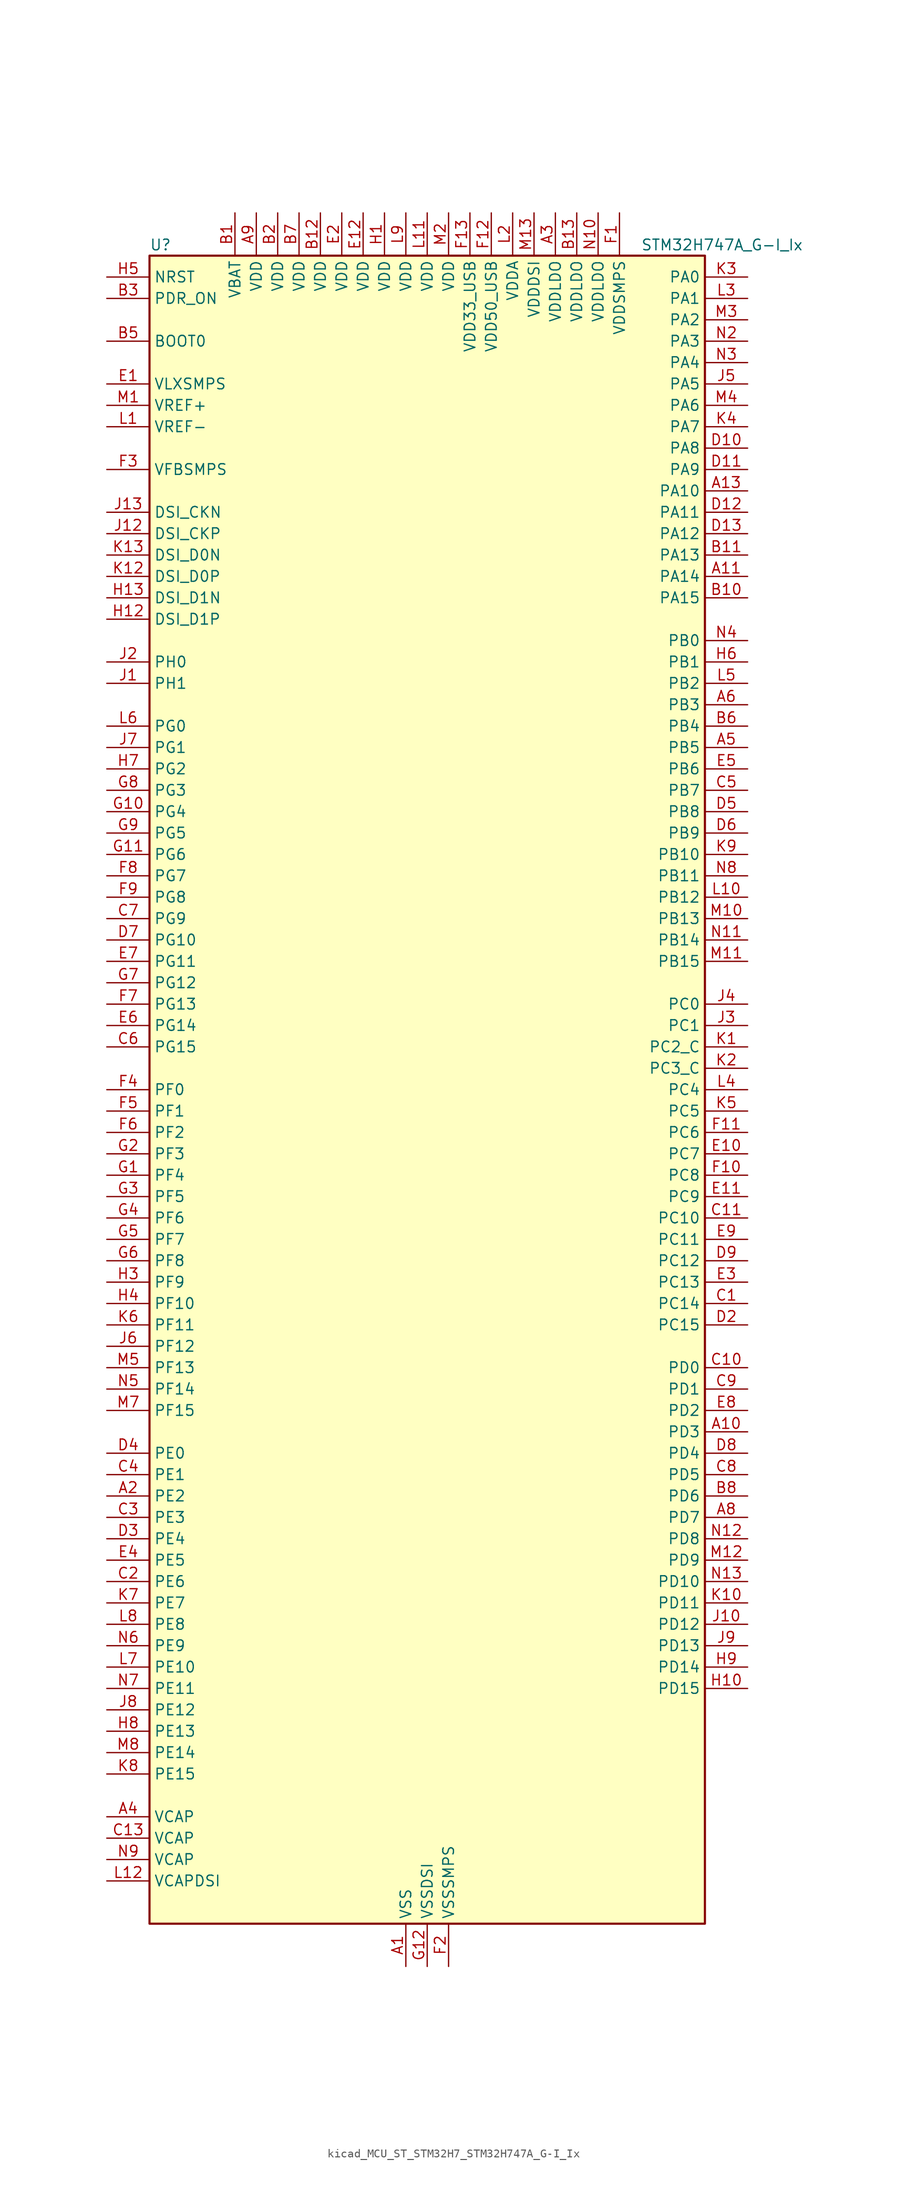
<source format=kicad_sym>
(kicad_symbol_lib
  (version 20220914)
  (generator kicad_symbol_editor)
  (symbol "kicad_MCU_ST_STM32H7_STM32H747A_G-I_Ix"
    (property "Reference" "U"
      (at -33.02 100.33 0)
      (effects (font (size 1.27 1.27)) (justify left)))
    (property "Value" "STM32H747A_G-I_Ix"
      (at 25.4 100.33 0)
      (effects (font (size 1.27 1.27)) (justify left)))
    (property "ki_locked" ""
      (at 0 0 0)
      (effects (font (size 1.27 1.27))))
    (symbol "kicad_MCU_ST_STM32H7_STM32H747A_G-I_Ix_0_1"
      (rectangle (start -33.02 -99.06) (end 33.02 99.06) (stroke (width 0.254) (type default)) (fill (type background))))
    (symbol "kicad_MCU_ST_STM32H7_STM32H747A_G-I_Ix_1_1"
      (pin power_in line (at -2.54 -104.14 90) (length 5.08) (name "VSS" (effects (font (size 1.27 1.27)))) (number "A1" (effects (font (size 1.27 1.27)))))
      (pin bidirectional line (at 38.1 -40.64 180) (length 5.08) (name "PD3" (effects (font (size 1.27 1.27)))) (number "A10" (effects (font (size 1.27 1.27)))) (alternate "DCMI_D5" bidirectional line) (alternate "DFSDM1_CKOUT" bidirectional line) (alternate "FMC_CLK" bidirectional line) (alternate "I2S2_CK" bidirectional line) (alternate "LTDC_G7" bidirectional line) (alternate "SPI2_SCK" bidirectional line) (alternate "USART2_CTS" bidirectional line) (alternate "USART2_NSS" bidirectional line))
      (pin bidirectional line (at 38.1 60.96 180) (length 5.08) (name "PA14" (effects (font (size 1.27 1.27)))) (number "A11" (effects (font (size 1.27 1.27)))) (alternate "DEBUG_JTCK-SWCLK" bidirectional line))
      (pin passive line (at -2.54 -104.14 90) (length 5.08) hide (name "VSS" (effects (font (size 1.27 1.27)))) (number "A12" (effects (font (size 1.27 1.27)))))
      (pin bidirectional line (at 38.1 71.12 180) (length 5.08) (name "PA10" (effects (font (size 1.27 1.27)))) (number "A13" (effects (font (size 1.27 1.27)))) (alternate "DCMI_D1" bidirectional line) (alternate "HRTIM_CHC2" bidirectional line) (alternate "LPUART1_RX" bidirectional line) (alternate "LTDC_B1" bidirectional line) (alternate "LTDC_B4" bidirectional line) (alternate "MDIOS_MDIO" bidirectional line) (alternate "TIM1_CH3" bidirectional line) (alternate "USART1_RX" bidirectional line) (alternate "USB_OTG_FS_ID" bidirectional line))
      (pin bidirectional line (at -38.1 -48.26 0) (length 5.08) (name "PE2" (effects (font (size 1.27 1.27)))) (number "A2" (effects (font (size 1.27 1.27)))) (alternate "DEBUG_TRACECLK" bidirectional line) (alternate "ETH_TXD3" bidirectional line) (alternate "FMC_A23" bidirectional line) (alternate "QUADSPI_BK1_IO2" bidirectional line) (alternate "SAI1_CK1" bidirectional line) (alternate "SAI1_MCLK_A" bidirectional line) (alternate "SAI4_CK1" bidirectional line) (alternate "SAI4_MCLK_A" bidirectional line) (alternate "SPI4_SCK" bidirectional line))
      (pin power_in line (at 15.24 104.14 270) (length 5.08) (name "VDDLDO" (effects (font (size 1.27 1.27)))) (number "A3" (effects (font (size 1.27 1.27)))))
      (pin power_out line (at -38.1 -86.36 0) (length 5.08) (name "VCAP" (effects (font (size 1.27 1.27)))) (number "A4" (effects (font (size 1.27 1.27)))))
      (pin bidirectional line (at 38.1 40.64 180) (length 5.08) (name "PB5" (effects (font (size 1.27 1.27)))) (number "A5" (effects (font (size 1.27 1.27)))) (alternate "DCMI_D10" bidirectional line) (alternate "ETH_PPS_OUT" bidirectional line) (alternate "FDCAN2_RX" bidirectional line) (alternate "FMC_SDCKE1" bidirectional line) (alternate "HRTIM_EEV7" bidirectional line) (alternate "I2C1_SMBA" bidirectional line) (alternate "I2C4_SMBA" bidirectional line) (alternate "I2S1_SDO" bidirectional line) (alternate "I2S3_SDO" bidirectional line) (alternate "SPI1_MOSI" bidirectional line) (alternate "SPI3_MOSI" bidirectional line) (alternate "SPI6_MOSI" bidirectional line) (alternate "TIM17_BKIN" bidirectional line) (alternate "TIM3_CH2" bidirectional line) (alternate "UART5_RX" bidirectional line) (alternate "USB_OTG_HS_ULPI_D7" bidirectional line))
      (pin bidirectional line (at 38.1 45.72 180) (length 5.08) (name "PB3" (effects (font (size 1.27 1.27)))) (number "A6" (effects (font (size 1.27 1.27)))) (alternate "CRS_SYNC" bidirectional line) (alternate "DEBUG_JTDO-SWO" bidirectional line) (alternate "HRTIM_FLT4" bidirectional line) (alternate "I2S1_CK" bidirectional line) (alternate "I2S3_CK" bidirectional line) (alternate "SDMMC2_D2" bidirectional line) (alternate "SPI1_SCK" bidirectional line) (alternate "SPI3_SCK" bidirectional line) (alternate "SPI6_SCK" bidirectional line) (alternate "TIM2_CH2" bidirectional line) (alternate "UART7_RX" bidirectional line))
      (pin passive line (at -2.54 -104.14 90) (length 5.08) hide (name "VSS" (effects (font (size 1.27 1.27)))) (number "A7" (effects (font (size 1.27 1.27)))))
      (pin bidirectional line (at 38.1 -50.8 180) (length 5.08) (name "PD7" (effects (font (size 1.27 1.27)))) (number "A8" (effects (font (size 1.27 1.27)))) (alternate "DFSDM1_CKIN1" bidirectional line) (alternate "DFSDM1_DATIN4" bidirectional line) (alternate "FMC_NE1" bidirectional line) (alternate "I2S1_SDO" bidirectional line) (alternate "SDMMC2_CMD" bidirectional line) (alternate "SPDIFRX1_IN0" bidirectional line) (alternate "SPI1_MOSI" bidirectional line) (alternate "USART2_CK" bidirectional line))
      (pin power_in line (at -20.32 104.14 270) (length 5.08) (name "VDD" (effects (font (size 1.27 1.27)))) (number "A9" (effects (font (size 1.27 1.27)))))
      (pin power_in line (at -22.86 104.14 270) (length 5.08) (name "VBAT" (effects (font (size 1.27 1.27)))) (number "B1" (effects (font (size 1.27 1.27)))))
      (pin bidirectional line (at 38.1 58.42 180) (length 5.08) (name "PA15" (effects (font (size 1.27 1.27)))) (number "B10" (effects (font (size 1.27 1.27)))) (alternate "ADC1_EXTI15" bidirectional line) (alternate "ADC2_EXTI15" bidirectional line) (alternate "ADC3_EXTI15" bidirectional line) (alternate "CEC" bidirectional line) (alternate "DEBUG_JTDI" bidirectional line) (alternate "DSIHOST_TE" bidirectional line) (alternate "HRTIM_FLT1" bidirectional line) (alternate "I2S1_WS" bidirectional line) (alternate "I2S3_WS" bidirectional line) (alternate "SPI1_NSS" bidirectional line) (alternate "SPI3_NSS" bidirectional line) (alternate "SPI6_NSS" bidirectional line) (alternate "TIM2_CH1" bidirectional line) (alternate "TIM2_ETR" bidirectional line) (alternate "UART4_DE" bidirectional line) (alternate "UART4_RTS" bidirectional line) (alternate "UART7_TX" bidirectional line))
      (pin bidirectional line (at 38.1 63.5 180) (length 5.08) (name "PA13" (effects (font (size 1.27 1.27)))) (number "B11" (effects (font (size 1.27 1.27)))) (alternate "DEBUG_JTMS-SWDIO" bidirectional line))
      (pin power_in line (at -12.7 104.14 270) (length 5.08) (name "VDD" (effects (font (size 1.27 1.27)))) (number "B12" (effects (font (size 1.27 1.27)))))
      (pin power_in line (at 17.78 104.14 270) (length 5.08) (name "VDDLDO" (effects (font (size 1.27 1.27)))) (number "B13" (effects (font (size 1.27 1.27)))))
      (pin power_in line (at -17.78 104.14 270) (length 5.08) (name "VDD" (effects (font (size 1.27 1.27)))) (number "B2" (effects (font (size 1.27 1.27)))))
      (pin input line (at -38.1 93.98 0) (length 5.08) (name "PDR_ON" (effects (font (size 1.27 1.27)))) (number "B3" (effects (font (size 1.27 1.27)))))
      (pin passive line (at -2.54 -104.14 90) (length 5.08) hide (name "VSS" (effects (font (size 1.27 1.27)))) (number "B4" (effects (font (size 1.27 1.27)))))
      (pin input line (at -38.1 88.9 0) (length 5.08) (name "BOOT0" (effects (font (size 1.27 1.27)))) (number "B5" (effects (font (size 1.27 1.27)))))
      (pin bidirectional line (at 38.1 43.18 180) (length 5.08) (name "PB4" (effects (font (size 1.27 1.27)))) (number "B6" (effects (font (size 1.27 1.27)))) (alternate "DEBUG_JTRST" bidirectional line) (alternate "HRTIM_EEV6" bidirectional line) (alternate "I2S1_SDI" bidirectional line) (alternate "I2S2_WS" bidirectional line) (alternate "I2S3_SDI" bidirectional line) (alternate "SDMMC2_D3" bidirectional line) (alternate "SPI1_MISO" bidirectional line) (alternate "SPI2_NSS" bidirectional line) (alternate "SPI3_MISO" bidirectional line) (alternate "SPI6_MISO" bidirectional line) (alternate "TIM16_BKIN" bidirectional line) (alternate "TIM3_CH1" bidirectional line) (alternate "UART7_TX" bidirectional line))
      (pin power_in line (at -15.24 104.14 270) (length 5.08) (name "VDD" (effects (font (size 1.27 1.27)))) (number "B7" (effects (font (size 1.27 1.27)))))
      (pin bidirectional line (at 38.1 -48.26 180) (length 5.08) (name "PD6" (effects (font (size 1.27 1.27)))) (number "B8" (effects (font (size 1.27 1.27)))) (alternate "DCMI_D10" bidirectional line) (alternate "DFSDM1_CKIN4" bidirectional line) (alternate "DFSDM1_DATIN1" bidirectional line) (alternate "FMC_NWAIT" bidirectional line) (alternate "I2S3_SDO" bidirectional line) (alternate "LTDC_B2" bidirectional line) (alternate "SAI1_D1" bidirectional line) (alternate "SAI1_SD_A" bidirectional line) (alternate "SAI4_D1" bidirectional line) (alternate "SAI4_SD_A" bidirectional line) (alternate "SDMMC2_CK" bidirectional line) (alternate "SPI3_MOSI" bidirectional line) (alternate "USART2_RX" bidirectional line))
      (pin passive line (at -2.54 -104.14 90) (length 5.08) hide (name "VSS" (effects (font (size 1.27 1.27)))) (number "B9" (effects (font (size 1.27 1.27)))))
      (pin bidirectional line (at 38.1 -25.4 180) (length 5.08) (name "PC14" (effects (font (size 1.27 1.27)))) (number "C1" (effects (font (size 1.27 1.27)))) (alternate "RCC_OSC32_IN" bidirectional line))
      (pin bidirectional line (at 38.1 -33.02 180) (length 5.08) (name "PD0" (effects (font (size 1.27 1.27)))) (number "C10" (effects (font (size 1.27 1.27)))) (alternate "DFSDM1_CKIN6" bidirectional line) (alternate "FDCAN1_RX" bidirectional line) (alternate "FMC_D2" bidirectional line) (alternate "FMC_DA2" bidirectional line) (alternate "SAI3_SCK_A" bidirectional line) (alternate "UART4_RX" bidirectional line))
      (pin bidirectional line (at 38.1 -15.24 180) (length 5.08) (name "PC10" (effects (font (size 1.27 1.27)))) (number "C11" (effects (font (size 1.27 1.27)))) (alternate "DCMI_D8" bidirectional line) (alternate "DFSDM1_CKIN5" bidirectional line) (alternate "HRTIM_EEV1" bidirectional line) (alternate "I2S3_CK" bidirectional line) (alternate "LTDC_R2" bidirectional line) (alternate "QUADSPI_BK1_IO1" bidirectional line) (alternate "SDMMC1_D2" bidirectional line) (alternate "SPI3_SCK" bidirectional line) (alternate "UART4_TX" bidirectional line) (alternate "USART3_TX" bidirectional line))
      (pin passive line (at -2.54 -104.14 90) (length 5.08) hide (name "VSS" (effects (font (size 1.27 1.27)))) (number "C12" (effects (font (size 1.27 1.27)))))
      (pin power_out line (at -38.1 -88.9 0) (length 5.08) (name "VCAP" (effects (font (size 1.27 1.27)))) (number "C13" (effects (font (size 1.27 1.27)))))
      (pin bidirectional line (at -38.1 -58.42 0) (length 5.08) (name "PE6" (effects (font (size 1.27 1.27)))) (number "C2" (effects (font (size 1.27 1.27)))) (alternate "DCMI_D7" bidirectional line) (alternate "DEBUG_TRACED3" bidirectional line) (alternate "FMC_A22" bidirectional line) (alternate "LTDC_G1" bidirectional line) (alternate "SAI1_D1" bidirectional line) (alternate "SAI1_SD_A" bidirectional line) (alternate "SAI2_MCLK_B" bidirectional line) (alternate "SAI4_D1" bidirectional line) (alternate "SAI4_SD_A" bidirectional line) (alternate "SPI4_MOSI" bidirectional line) (alternate "TIM15_CH2" bidirectional line) (alternate "TIM1_BKIN2" bidirectional line) (alternate "TIM1_BKIN2_COMP1" bidirectional line) (alternate "TIM1_BKIN2_COMP2" bidirectional line))
      (pin bidirectional line (at -38.1 -50.8 0) (length 5.08) (name "PE3" (effects (font (size 1.27 1.27)))) (number "C3" (effects (font (size 1.27 1.27)))) (alternate "DEBUG_TRACED0" bidirectional line) (alternate "FMC_A19" bidirectional line) (alternate "SAI1_SD_B" bidirectional line) (alternate "SAI4_SD_B" bidirectional line) (alternate "TIM15_BKIN" bidirectional line))
      (pin bidirectional line (at -38.1 -45.72 0) (length 5.08) (name "PE1" (effects (font (size 1.27 1.27)))) (number "C4" (effects (font (size 1.27 1.27)))) (alternate "DCMI_D3" bidirectional line) (alternate "FMC_NBL1" bidirectional line) (alternate "HRTIM_SCOUT" bidirectional line) (alternate "LPTIM1_IN2" bidirectional line) (alternate "UART8_TX" bidirectional line))
      (pin bidirectional line (at 38.1 35.56 180) (length 5.08) (name "PB7" (effects (font (size 1.27 1.27)))) (number "C5" (effects (font (size 1.27 1.27)))) (alternate "DCMI_VSYNC" bidirectional line) (alternate "DFSDM1_CKIN5" bidirectional line) (alternate "FMC_NL" bidirectional line) (alternate "HRTIM_EEV9" bidirectional line) (alternate "I2C1_SDA" bidirectional line) (alternate "I2C4_SDA" bidirectional line) (alternate "LPUART1_RX" bidirectional line) (alternate "PWR_PVD_IN" bidirectional line) (alternate "TIM17_CH1N" bidirectional line) (alternate "TIM4_CH2" bidirectional line) (alternate "USART1_RX" bidirectional line))
      (pin bidirectional line (at -38.1 5.08 0) (length 5.08) (name "PG15" (effects (font (size 1.27 1.27)))) (number "C6" (effects (font (size 1.27 1.27)))) (alternate "ADC1_EXTI15" bidirectional line) (alternate "ADC2_EXTI15" bidirectional line) (alternate "ADC3_EXTI15" bidirectional line) (alternate "DCMI_D13" bidirectional line) (alternate "FMC_SDNCAS" bidirectional line) (alternate "USART6_CTS" bidirectional line) (alternate "USART6_NSS" bidirectional line))
      (pin bidirectional line (at -38.1 20.32 0) (length 5.08) (name "PG9" (effects (font (size 1.27 1.27)))) (number "C7" (effects (font (size 1.27 1.27)))) (alternate "DAC1_EXTI9" bidirectional line) (alternate "DCMI_VSYNC" bidirectional line) (alternate "FMC_NCE" bidirectional line) (alternate "FMC_NE2" bidirectional line) (alternate "I2S1_SDI" bidirectional line) (alternate "QUADSPI_BK2_IO2" bidirectional line) (alternate "SAI2_FS_B" bidirectional line) (alternate "SPDIFRX1_IN3" bidirectional line) (alternate "SPI1_MISO" bidirectional line) (alternate "USART6_RX" bidirectional line))
      (pin bidirectional line (at 38.1 -45.72 180) (length 5.08) (name "PD5" (effects (font (size 1.27 1.27)))) (number "C8" (effects (font (size 1.27 1.27)))) (alternate "FMC_NWE" bidirectional line) (alternate "HRTIM_EEV3" bidirectional line) (alternate "USART2_TX" bidirectional line))
      (pin bidirectional line (at 38.1 -35.56 180) (length 5.08) (name "PD1" (effects (font (size 1.27 1.27)))) (number "C9" (effects (font (size 1.27 1.27)))) (alternate "DFSDM1_DATIN6" bidirectional line) (alternate "FDCAN1_TX" bidirectional line) (alternate "FMC_D3" bidirectional line) (alternate "FMC_DA3" bidirectional line) (alternate "SAI3_SD_A" bidirectional line) (alternate "UART4_TX" bidirectional line))
      (pin passive line (at -2.54 -104.14 90) (length 5.08) hide (name "VSS" (effects (font (size 1.27 1.27)))) (number "D1" (effects (font (size 1.27 1.27)))))
      (pin bidirectional line (at 38.1 76.2 180) (length 5.08) (name "PA8" (effects (font (size 1.27 1.27)))) (number "D10" (effects (font (size 1.27 1.27)))) (alternate "HRTIM_CHB2" bidirectional line) (alternate "I2C3_SCL" bidirectional line) (alternate "LTDC_B3" bidirectional line) (alternate "LTDC_R6" bidirectional line) (alternate "RCC_MCO_1" bidirectional line) (alternate "TIM1_CH1" bidirectional line) (alternate "TIM8_BKIN2" bidirectional line) (alternate "TIM8_BKIN2_COMP1" bidirectional line) (alternate "TIM8_BKIN2_COMP2" bidirectional line) (alternate "UART7_RX" bidirectional line) (alternate "USART1_CK" bidirectional line) (alternate "USB_OTG_FS_SOF" bidirectional line))
      (pin bidirectional line (at 38.1 73.66 180) (length 5.08) (name "PA9" (effects (font (size 1.27 1.27)))) (number "D11" (effects (font (size 1.27 1.27)))) (alternate "DAC1_EXTI9" bidirectional line) (alternate "DCMI_D0" bidirectional line) (alternate "HRTIM_CHC1" bidirectional line) (alternate "I2C3_SMBA" bidirectional line) (alternate "I2S2_CK" bidirectional line) (alternate "LPUART1_TX" bidirectional line) (alternate "LTDC_R5" bidirectional line) (alternate "SPI2_SCK" bidirectional line) (alternate "TIM1_CH2" bidirectional line) (alternate "USART1_TX" bidirectional line) (alternate "USB_OTG_FS_VBUS" bidirectional line))
      (pin bidirectional line (at 38.1 68.58 180) (length 5.08) (name "PA11" (effects (font (size 1.27 1.27)))) (number "D12" (effects (font (size 1.27 1.27)))) (alternate "ADC1_EXTI11" bidirectional line) (alternate "ADC2_EXTI11" bidirectional line) (alternate "ADC3_EXTI11" bidirectional line) (alternate "FDCAN1_RX" bidirectional line) (alternate "HRTIM_CHD1" bidirectional line) (alternate "I2S2_WS" bidirectional line) (alternate "LPUART1_CTS" bidirectional line) (alternate "LTDC_R4" bidirectional line) (alternate "SPI2_NSS" bidirectional line) (alternate "TIM1_CH4" bidirectional line) (alternate "UART4_RX" bidirectional line) (alternate "USART1_CTS" bidirectional line) (alternate "USART1_NSS" bidirectional line) (alternate "USB_OTG_FS_DM" bidirectional line))
      (pin bidirectional line (at 38.1 66.04 180) (length 5.08) (name "PA12" (effects (font (size 1.27 1.27)))) (number "D13" (effects (font (size 1.27 1.27)))) (alternate "FDCAN1_TX" bidirectional line) (alternate "HRTIM_CHD2" bidirectional line) (alternate "I2S2_CK" bidirectional line) (alternate "LPUART1_DE" bidirectional line) (alternate "LPUART1_RTS" bidirectional line) (alternate "LTDC_R5" bidirectional line) (alternate "SAI2_FS_B" bidirectional line) (alternate "SPI2_SCK" bidirectional line) (alternate "TIM1_ETR" bidirectional line) (alternate "UART4_TX" bidirectional line) (alternate "USART1_DE" bidirectional line) (alternate "USART1_RTS" bidirectional line) (alternate "USB_OTG_FS_DP" bidirectional line))
      (pin bidirectional line (at 38.1 -27.94 180) (length 5.08) (name "PC15" (effects (font (size 1.27 1.27)))) (number "D2" (effects (font (size 1.27 1.27)))) (alternate "ADC1_EXTI15" bidirectional line) (alternate "ADC2_EXTI15" bidirectional line) (alternate "ADC3_EXTI15" bidirectional line) (alternate "RCC_OSC32_OUT" bidirectional line))
      (pin bidirectional line (at -38.1 -53.34 0) (length 5.08) (name "PE4" (effects (font (size 1.27 1.27)))) (number "D3" (effects (font (size 1.27 1.27)))) (alternate "DCMI_D4" bidirectional line) (alternate "DEBUG_TRACED1" bidirectional line) (alternate "DFSDM1_DATIN3" bidirectional line) (alternate "FMC_A20" bidirectional line) (alternate "LTDC_B0" bidirectional line) (alternate "SAI1_D2" bidirectional line) (alternate "SAI1_FS_A" bidirectional line) (alternate "SAI4_D2" bidirectional line) (alternate "SAI4_FS_A" bidirectional line) (alternate "SPI4_NSS" bidirectional line) (alternate "TIM15_CH1N" bidirectional line))
      (pin bidirectional line (at -38.1 -43.18 0) (length 5.08) (name "PE0" (effects (font (size 1.27 1.27)))) (number "D4" (effects (font (size 1.27 1.27)))) (alternate "DCMI_D2" bidirectional line) (alternate "FMC_NBL0" bidirectional line) (alternate "HRTIM_SCIN" bidirectional line) (alternate "LPTIM1_ETR" bidirectional line) (alternate "LPTIM2_ETR" bidirectional line) (alternate "SAI2_MCLK_A" bidirectional line) (alternate "TIM4_ETR" bidirectional line) (alternate "UART8_RX" bidirectional line))
      (pin bidirectional line (at 38.1 33.02 180) (length 5.08) (name "PB8" (effects (font (size 1.27 1.27)))) (number "D5" (effects (font (size 1.27 1.27)))) (alternate "DCMI_D6" bidirectional line) (alternate "DFSDM1_CKIN7" bidirectional line) (alternate "ETH_TXD3" bidirectional line) (alternate "FDCAN1_RX" bidirectional line) (alternate "I2C1_SCL" bidirectional line) (alternate "I2C4_SCL" bidirectional line) (alternate "LTDC_B6" bidirectional line) (alternate "SDMMC1_CKIN" bidirectional line) (alternate "SDMMC1_D4" bidirectional line) (alternate "SDMMC2_D4" bidirectional line) (alternate "TIM16_CH1" bidirectional line) (alternate "TIM4_CH3" bidirectional line) (alternate "UART4_RX" bidirectional line))
      (pin bidirectional line (at 38.1 30.48 180) (length 5.08) (name "PB9" (effects (font (size 1.27 1.27)))) (number "D6" (effects (font (size 1.27 1.27)))) (alternate "DAC1_EXTI9" bidirectional line) (alternate "DCMI_D7" bidirectional line) (alternate "DFSDM1_DATIN7" bidirectional line) (alternate "FDCAN1_TX" bidirectional line) (alternate "I2C1_SDA" bidirectional line) (alternate "I2C4_SDA" bidirectional line) (alternate "I2C4_SMBA" bidirectional line) (alternate "I2S2_WS" bidirectional line) (alternate "LTDC_B7" bidirectional line) (alternate "SDMMC1_CDIR" bidirectional line) (alternate "SDMMC1_D5" bidirectional line) (alternate "SDMMC2_D5" bidirectional line) (alternate "SPI2_NSS" bidirectional line) (alternate "TIM17_CH1" bidirectional line) (alternate "TIM4_CH4" bidirectional line) (alternate "UART4_TX" bidirectional line))
      (pin bidirectional line (at -38.1 17.78 0) (length 5.08) (name "PG10" (effects (font (size 1.27 1.27)))) (number "D7" (effects (font (size 1.27 1.27)))) (alternate "DCMI_D2" bidirectional line) (alternate "FMC_NE3" bidirectional line) (alternate "HRTIM_FLT5" bidirectional line) (alternate "I2S1_WS" bidirectional line) (alternate "LTDC_B2" bidirectional line) (alternate "LTDC_G3" bidirectional line) (alternate "SAI2_SD_B" bidirectional line) (alternate "SPI1_NSS" bidirectional line))
      (pin bidirectional line (at 38.1 -43.18 180) (length 5.08) (name "PD4" (effects (font (size 1.27 1.27)))) (number "D8" (effects (font (size 1.27 1.27)))) (alternate "FMC_NOE" bidirectional line) (alternate "HRTIM_FLT3" bidirectional line) (alternate "SAI3_FS_A" bidirectional line) (alternate "USART2_DE" bidirectional line) (alternate "USART2_RTS" bidirectional line))
      (pin bidirectional line (at 38.1 -20.32 180) (length 5.08) (name "PC12" (effects (font (size 1.27 1.27)))) (number "D9" (effects (font (size 1.27 1.27)))) (alternate "DCMI_D9" bidirectional line) (alternate "DEBUG_TRACED3" bidirectional line) (alternate "HRTIM_EEV2" bidirectional line) (alternate "I2S3_SDO" bidirectional line) (alternate "SDMMC1_CK" bidirectional line) (alternate "SPI3_MOSI" bidirectional line) (alternate "UART5_TX" bidirectional line) (alternate "USART3_CK" bidirectional line))
      (pin power_in line (at -38.1 83.82 0) (length 5.08) (name "VLXSMPS" (effects (font (size 1.27 1.27)))) (number "E1" (effects (font (size 1.27 1.27)))))
      (pin bidirectional line (at 38.1 -7.62 180) (length 5.08) (name "PC7" (effects (font (size 1.27 1.27)))) (number "E10" (effects (font (size 1.27 1.27)))) (alternate "DCMI_D1" bidirectional line) (alternate "DEBUG_TRGIO" bidirectional line) (alternate "DFSDM1_DATIN3" bidirectional line) (alternate "FMC_NE1" bidirectional line) (alternate "HRTIM_CHA2" bidirectional line) (alternate "I2S3_MCK" bidirectional line) (alternate "LTDC_G6" bidirectional line) (alternate "SDMMC1_D123DIR" bidirectional line) (alternate "SDMMC1_D7" bidirectional line) (alternate "SDMMC2_D7" bidirectional line) (alternate "SWPMI1_TX" bidirectional line) (alternate "TIM3_CH2" bidirectional line) (alternate "TIM8_CH2" bidirectional line) (alternate "USART6_RX" bidirectional line))
      (pin bidirectional line (at 38.1 -12.7 180) (length 5.08) (name "PC9" (effects (font (size 1.27 1.27)))) (number "E11" (effects (font (size 1.27 1.27)))) (alternate "DAC1_EXTI9" bidirectional line) (alternate "DCMI_D3" bidirectional line) (alternate "I2C3_SDA" bidirectional line) (alternate "I2S_CKIN" bidirectional line) (alternate "LTDC_B2" bidirectional line) (alternate "LTDC_G3" bidirectional line) (alternate "QUADSPI_BK1_IO0" bidirectional line) (alternate "RCC_MCO_2" bidirectional line) (alternate "SDMMC1_D1" bidirectional line) (alternate "SWPMI1_SUSPEND" bidirectional line) (alternate "TIM3_CH4" bidirectional line) (alternate "TIM8_CH4" bidirectional line) (alternate "UART5_CTS" bidirectional line))
      (pin power_in line (at -7.62 104.14 270) (length 5.08) (name "VDD" (effects (font (size 1.27 1.27)))) (number "E12" (effects (font (size 1.27 1.27)))))
      (pin passive line (at -2.54 -104.14 90) (length 5.08) hide (name "VSS" (effects (font (size 1.27 1.27)))) (number "E13" (effects (font (size 1.27 1.27)))))
      (pin power_in line (at -10.16 104.14 270) (length 5.08) (name "VDD" (effects (font (size 1.27 1.27)))) (number "E2" (effects (font (size 1.27 1.27)))))
      (pin bidirectional line (at 38.1 -22.86 180) (length 5.08) (name "PC13" (effects (font (size 1.27 1.27)))) (number "E3" (effects (font (size 1.27 1.27)))) (alternate "PWR_WKUP2" bidirectional line) (alternate "RTC_OUT_ALARM" bidirectional line) (alternate "RTC_OUT_CALIB" bidirectional line) (alternate "RTC_TAMP1" bidirectional line) (alternate "RTC_TS" bidirectional line))
      (pin bidirectional line (at -38.1 -55.88 0) (length 5.08) (name "PE5" (effects (font (size 1.27 1.27)))) (number "E4" (effects (font (size 1.27 1.27)))) (alternate "DCMI_D6" bidirectional line) (alternate "DEBUG_TRACED2" bidirectional line) (alternate "DFSDM1_CKIN3" bidirectional line) (alternate "FMC_A21" bidirectional line) (alternate "LTDC_G0" bidirectional line) (alternate "SAI1_CK2" bidirectional line) (alternate "SAI1_SCK_A" bidirectional line) (alternate "SAI4_CK2" bidirectional line) (alternate "SAI4_SCK_A" bidirectional line) (alternate "SPI4_MISO" bidirectional line) (alternate "TIM15_CH1" bidirectional line))
      (pin bidirectional line (at 38.1 38.1 180) (length 5.08) (name "PB6" (effects (font (size 1.27 1.27)))) (number "E5" (effects (font (size 1.27 1.27)))) (alternate "CEC" bidirectional line) (alternate "DCMI_D5" bidirectional line) (alternate "DFSDM1_DATIN5" bidirectional line) (alternate "FDCAN2_TX" bidirectional line) (alternate "FMC_SDNE1" bidirectional line) (alternate "HRTIM_EEV8" bidirectional line) (alternate "I2C1_SCL" bidirectional line) (alternate "I2C4_SCL" bidirectional line) (alternate "LPUART1_TX" bidirectional line) (alternate "QUADSPI_BK1_NCS" bidirectional line) (alternate "TIM16_CH1N" bidirectional line) (alternate "TIM4_CH1" bidirectional line) (alternate "UART5_TX" bidirectional line) (alternate "USART1_TX" bidirectional line))
      (pin bidirectional line (at -38.1 7.62 0) (length 5.08) (name "PG14" (effects (font (size 1.27 1.27)))) (number "E6" (effects (font (size 1.27 1.27)))) (alternate "DEBUG_TRACED1" bidirectional line) (alternate "ETH_TXD1" bidirectional line) (alternate "FMC_A25" bidirectional line) (alternate "LPTIM1_ETR" bidirectional line) (alternate "LTDC_B0" bidirectional line) (alternate "QUADSPI_BK2_IO3" bidirectional line) (alternate "SPI6_MOSI" bidirectional line) (alternate "USART6_TX" bidirectional line))
      (pin bidirectional line (at -38.1 15.24 0) (length 5.08) (name "PG11" (effects (font (size 1.27 1.27)))) (number "E7" (effects (font (size 1.27 1.27)))) (alternate "ADC1_EXTI11" bidirectional line) (alternate "ADC2_EXTI11" bidirectional line) (alternate "ADC3_EXTI11" bidirectional line) (alternate "DCMI_D3" bidirectional line) (alternate "ETH_TX_EN" bidirectional line) (alternate "HRTIM_EEV4" bidirectional line) (alternate "I2S1_CK" bidirectional line) (alternate "LPTIM1_IN2" bidirectional line) (alternate "LTDC_B3" bidirectional line) (alternate "SDMMC2_D2" bidirectional line) (alternate "SPDIFRX1_IN0" bidirectional line) (alternate "SPI1_SCK" bidirectional line))
      (pin bidirectional line (at 38.1 -38.1 180) (length 5.08) (name "PD2" (effects (font (size 1.27 1.27)))) (number "E8" (effects (font (size 1.27 1.27)))) (alternate "DCMI_D11" bidirectional line) (alternate "DEBUG_TRACED2" bidirectional line) (alternate "SDMMC1_CMD" bidirectional line) (alternate "TIM3_ETR" bidirectional line) (alternate "UART5_RX" bidirectional line))
      (pin bidirectional line (at 38.1 -17.78 180) (length 5.08) (name "PC11" (effects (font (size 1.27 1.27)))) (number "E9" (effects (font (size 1.27 1.27)))) (alternate "ADC1_EXTI11" bidirectional line) (alternate "ADC2_EXTI11" bidirectional line) (alternate "ADC3_EXTI11" bidirectional line) (alternate "DCMI_D4" bidirectional line) (alternate "DFSDM1_DATIN5" bidirectional line) (alternate "HRTIM_FLT2" bidirectional line) (alternate "I2S3_SDI" bidirectional line) (alternate "QUADSPI_BK2_NCS" bidirectional line) (alternate "SDMMC1_D3" bidirectional line) (alternate "SPI3_MISO" bidirectional line) (alternate "UART4_RX" bidirectional line) (alternate "USART3_RX" bidirectional line))
      (pin power_in line (at 22.86 104.14 270) (length 5.08) (name "VDDSMPS" (effects (font (size 1.27 1.27)))) (number "F1" (effects (font (size 1.27 1.27)))))
      (pin bidirectional line (at 38.1 -10.16 180) (length 5.08) (name "PC8" (effects (font (size 1.27 1.27)))) (number "F10" (effects (font (size 1.27 1.27)))) (alternate "DCMI_D2" bidirectional line) (alternate "DEBUG_TRACED1" bidirectional line) (alternate "FMC_NCE" bidirectional line) (alternate "FMC_NE2" bidirectional line) (alternate "HRTIM_CHB1" bidirectional line) (alternate "SDMMC1_D0" bidirectional line) (alternate "SWPMI1_RX" bidirectional line) (alternate "TIM3_CH3" bidirectional line) (alternate "TIM8_CH3" bidirectional line) (alternate "UART5_DE" bidirectional line) (alternate "UART5_RTS" bidirectional line) (alternate "USART6_CK" bidirectional line))
      (pin bidirectional line (at 38.1 -5.08 180) (length 5.08) (name "PC6" (effects (font (size 1.27 1.27)))) (number "F11" (effects (font (size 1.27 1.27)))) (alternate "DCMI_D0" bidirectional line) (alternate "DFSDM1_CKIN3" bidirectional line) (alternate "FMC_NWAIT" bidirectional line) (alternate "HRTIM_CHA1" bidirectional line) (alternate "I2S2_MCK" bidirectional line) (alternate "LTDC_HSYNC" bidirectional line) (alternate "SDMMC1_D0DIR" bidirectional line) (alternate "SDMMC1_D6" bidirectional line) (alternate "SDMMC2_D6" bidirectional line) (alternate "SWPMI1_IO" bidirectional line) (alternate "TIM3_CH1" bidirectional line) (alternate "TIM8_CH1" bidirectional line) (alternate "USART6_TX" bidirectional line))
      (pin power_in line (at 7.62 104.14 270) (length 5.08) (name "VDD50_USB" (effects (font (size 1.27 1.27)))) (number "F12" (effects (font (size 1.27 1.27)))))
      (pin power_in line (at 5.08 104.14 270) (length 5.08) (name "VDD33_USB" (effects (font (size 1.27 1.27)))) (number "F13" (effects (font (size 1.27 1.27)))))
      (pin power_in line (at 2.54 -104.14 90) (length 5.08) (name "VSSSMPS" (effects (font (size 1.27 1.27)))) (number "F2" (effects (font (size 1.27 1.27)))))
      (pin input line (at -38.1 73.66 0) (length 5.08) (name "VFBSMPS" (effects (font (size 1.27 1.27)))) (number "F3" (effects (font (size 1.27 1.27)))))
      (pin bidirectional line (at -38.1 0 0) (length 5.08) (name "PF0" (effects (font (size 1.27 1.27)))) (number "F4" (effects (font (size 1.27 1.27)))) (alternate "FMC_A0" bidirectional line) (alternate "I2C2_SDA" bidirectional line))
      (pin bidirectional line (at -38.1 -2.54 0) (length 5.08) (name "PF1" (effects (font (size 1.27 1.27)))) (number "F5" (effects (font (size 1.27 1.27)))) (alternate "FMC_A1" bidirectional line) (alternate "I2C2_SCL" bidirectional line))
      (pin bidirectional line (at -38.1 -5.08 0) (length 5.08) (name "PF2" (effects (font (size 1.27 1.27)))) (number "F6" (effects (font (size 1.27 1.27)))) (alternate "FMC_A2" bidirectional line) (alternate "I2C2_SMBA" bidirectional line))
      (pin bidirectional line (at -38.1 10.16 0) (length 5.08) (name "PG13" (effects (font (size 1.27 1.27)))) (number "F7" (effects (font (size 1.27 1.27)))) (alternate "DEBUG_TRACED0" bidirectional line) (alternate "ETH_TXD0" bidirectional line) (alternate "FMC_A24" bidirectional line) (alternate "HRTIM_EEV10" bidirectional line) (alternate "LPTIM1_OUT" bidirectional line) (alternate "LTDC_R0" bidirectional line) (alternate "SPI6_SCK" bidirectional line) (alternate "USART6_CTS" bidirectional line) (alternate "USART6_NSS" bidirectional line))
      (pin bidirectional line (at -38.1 25.4 0) (length 5.08) (name "PG7" (effects (font (size 1.27 1.27)))) (number "F8" (effects (font (size 1.27 1.27)))) (alternate "DCMI_D13" bidirectional line) (alternate "FMC_INT" bidirectional line) (alternate "HRTIM_CHE2" bidirectional line) (alternate "LTDC_CLK" bidirectional line) (alternate "SAI1_MCLK_A" bidirectional line) (alternate "USART6_CK" bidirectional line))
      (pin bidirectional line (at -38.1 22.86 0) (length 5.08) (name "PG8" (effects (font (size 1.27 1.27)))) (number "F9" (effects (font (size 1.27 1.27)))) (alternate "ETH_PPS_OUT" bidirectional line) (alternate "FMC_SDCLK" bidirectional line) (alternate "LTDC_G7" bidirectional line) (alternate "SPDIFRX1_IN2" bidirectional line) (alternate "SPI6_NSS" bidirectional line) (alternate "TIM8_ETR" bidirectional line) (alternate "USART6_DE" bidirectional line) (alternate "USART6_RTS" bidirectional line))
      (pin bidirectional line (at -38.1 -10.16 0) (length 5.08) (name "PF4" (effects (font (size 1.27 1.27)))) (number "G1" (effects (font (size 1.27 1.27)))) (alternate "ADC3_INN5" bidirectional line) (alternate "ADC3_INP9" bidirectional line) (alternate "FMC_A4" bidirectional line))
      (pin bidirectional line (at -38.1 33.02 0) (length 5.08) (name "PG4" (effects (font (size 1.27 1.27)))) (number "G10" (effects (font (size 1.27 1.27)))) (alternate "FMC_A14" bidirectional line) (alternate "FMC_BA0" bidirectional line) (alternate "TIM1_BKIN2" bidirectional line) (alternate "TIM1_BKIN2_COMP1" bidirectional line) (alternate "TIM1_BKIN2_COMP2" bidirectional line))
      (pin bidirectional line (at -38.1 27.94 0) (length 5.08) (name "PG6" (effects (font (size 1.27 1.27)))) (number "G11" (effects (font (size 1.27 1.27)))) (alternate "DCMI_D12" bidirectional line) (alternate "FMC_NE3" bidirectional line) (alternate "HRTIM_CHE1" bidirectional line) (alternate "LTDC_R7" bidirectional line) (alternate "QUADSPI_BK1_NCS" bidirectional line) (alternate "TIM17_BKIN" bidirectional line))
      (pin power_in line (at 0 -104.14 90) (length 5.08) (name "VSSDSI" (effects (font (size 1.27 1.27)))) (number "G12" (effects (font (size 1.27 1.27)))))
      (pin passive line (at 0 -104.14 90) (length 5.08) hide (name "VSSDSI" (effects (font (size 1.27 1.27)))) (number "G13" (effects (font (size 1.27 1.27)))))
      (pin bidirectional line (at -38.1 -7.62 0) (length 5.08) (name "PF3" (effects (font (size 1.27 1.27)))) (number "G2" (effects (font (size 1.27 1.27)))) (alternate "ADC3_INP5" bidirectional line) (alternate "FMC_A3" bidirectional line))
      (pin bidirectional line (at -38.1 -12.7 0) (length 5.08) (name "PF5" (effects (font (size 1.27 1.27)))) (number "G3" (effects (font (size 1.27 1.27)))) (alternate "ADC3_INP4" bidirectional line) (alternate "FMC_A5" bidirectional line))
      (pin bidirectional line (at -38.1 -15.24 0) (length 5.08) (name "PF6" (effects (font (size 1.27 1.27)))) (number "G4" (effects (font (size 1.27 1.27)))) (alternate "ADC3_INN4" bidirectional line) (alternate "ADC3_INP8" bidirectional line) (alternate "QUADSPI_BK1_IO3" bidirectional line) (alternate "SAI1_SD_B" bidirectional line) (alternate "SAI4_SD_B" bidirectional line) (alternate "SPI5_NSS" bidirectional line) (alternate "TIM16_CH1" bidirectional line) (alternate "UART7_RX" bidirectional line))
      (pin bidirectional line (at -38.1 -17.78 0) (length 5.08) (name "PF7" (effects (font (size 1.27 1.27)))) (number "G5" (effects (font (size 1.27 1.27)))) (alternate "ADC3_INP3" bidirectional line) (alternate "QUADSPI_BK1_IO2" bidirectional line) (alternate "SAI1_MCLK_B" bidirectional line) (alternate "SAI4_MCLK_B" bidirectional line) (alternate "SPI5_SCK" bidirectional line) (alternate "TIM17_CH1" bidirectional line) (alternate "UART7_TX" bidirectional line))
      (pin bidirectional line (at -38.1 -20.32 0) (length 5.08) (name "PF8" (effects (font (size 1.27 1.27)))) (number "G6" (effects (font (size 1.27 1.27)))) (alternate "ADC3_INN3" bidirectional line) (alternate "ADC3_INP7" bidirectional line) (alternate "QUADSPI_BK1_IO0" bidirectional line) (alternate "SAI1_SCK_B" bidirectional line) (alternate "SAI4_SCK_B" bidirectional line) (alternate "SPI5_MISO" bidirectional line) (alternate "TIM13_CH1" bidirectional line) (alternate "TIM16_CH1N" bidirectional line) (alternate "UART7_DE" bidirectional line) (alternate "UART7_RTS" bidirectional line))
      (pin bidirectional line (at -38.1 12.7 0) (length 5.08) (name "PG12" (effects (font (size 1.27 1.27)))) (number "G7" (effects (font (size 1.27 1.27)))) (alternate "ETH_TXD1" bidirectional line) (alternate "FMC_NE4" bidirectional line) (alternate "HRTIM_EEV5" bidirectional line) (alternate "LPTIM1_IN1" bidirectional line) (alternate "LTDC_B1" bidirectional line) (alternate "LTDC_B4" bidirectional line) (alternate "SPDIFRX1_IN1" bidirectional line) (alternate "SPI6_MISO" bidirectional line) (alternate "USART6_DE" bidirectional line) (alternate "USART6_RTS" bidirectional line))
      (pin bidirectional line (at -38.1 35.56 0) (length 5.08) (name "PG3" (effects (font (size 1.27 1.27)))) (number "G8" (effects (font (size 1.27 1.27)))) (alternate "FMC_A13" bidirectional line) (alternate "TIM8_BKIN2" bidirectional line) (alternate "TIM8_BKIN2_COMP1" bidirectional line) (alternate "TIM8_BKIN2_COMP2" bidirectional line))
      (pin bidirectional line (at -38.1 30.48 0) (length 5.08) (name "PG5" (effects (font (size 1.27 1.27)))) (number "G9" (effects (font (size 1.27 1.27)))) (alternate "FMC_A15" bidirectional line) (alternate "FMC_BA1" bidirectional line) (alternate "TIM1_ETR" bidirectional line))
      (pin power_in line (at -5.08 104.14 270) (length 5.08) (name "VDD" (effects (font (size 1.27 1.27)))) (number "H1" (effects (font (size 1.27 1.27)))))
      (pin bidirectional line (at 38.1 -71.12 180) (length 5.08) (name "PD15" (effects (font (size 1.27 1.27)))) (number "H10" (effects (font (size 1.27 1.27)))) (alternate "ADC1_EXTI15" bidirectional line) (alternate "ADC2_EXTI15" bidirectional line) (alternate "ADC3_EXTI15" bidirectional line) (alternate "FMC_D1" bidirectional line) (alternate "FMC_DA1" bidirectional line) (alternate "SAI3_MCLK_A" bidirectional line) (alternate "TIM4_CH4" bidirectional line) (alternate "UART8_DE" bidirectional line) (alternate "UART8_RTS" bidirectional line))
      (pin passive line (at -2.54 -104.14 90) (length 5.08) hide (name "VSS" (effects (font (size 1.27 1.27)))) (number "H11" (effects (font (size 1.27 1.27)))))
      (pin bidirectional line (at -38.1 55.88 0) (length 5.08) (name "DSI_D1P" (effects (font (size 1.27 1.27)))) (number "H12" (effects (font (size 1.27 1.27)))) (alternate "DSIHOST_D1P" bidirectional line))
      (pin bidirectional line (at -38.1 58.42 0) (length 5.08) (name "DSI_D1N" (effects (font (size 1.27 1.27)))) (number "H13" (effects (font (size 1.27 1.27)))) (alternate "DSIHOST_D1N" bidirectional line))
      (pin passive line (at -2.54 -104.14 90) (length 5.08) hide (name "VSS" (effects (font (size 1.27 1.27)))) (number "H2" (effects (font (size 1.27 1.27)))))
      (pin bidirectional line (at -38.1 -22.86 0) (length 5.08) (name "PF9" (effects (font (size 1.27 1.27)))) (number "H3" (effects (font (size 1.27 1.27)))) (alternate "ADC3_INP2" bidirectional line) (alternate "DAC1_EXTI9" bidirectional line) (alternate "QUADSPI_BK1_IO1" bidirectional line) (alternate "SAI1_FS_B" bidirectional line) (alternate "SAI4_FS_B" bidirectional line) (alternate "SPI5_MOSI" bidirectional line) (alternate "TIM14_CH1" bidirectional line) (alternate "TIM17_CH1N" bidirectional line) (alternate "UART7_CTS" bidirectional line))
      (pin bidirectional line (at -38.1 -25.4 0) (length 5.08) (name "PF10" (effects (font (size 1.27 1.27)))) (number "H4" (effects (font (size 1.27 1.27)))) (alternate "ADC3_INN2" bidirectional line) (alternate "ADC3_INP6" bidirectional line) (alternate "DCMI_D11" bidirectional line) (alternate "LTDC_DE" bidirectional line) (alternate "QUADSPI_CLK" bidirectional line) (alternate "SAI1_D3" bidirectional line) (alternate "SAI4_D3" bidirectional line) (alternate "TIM16_BKIN" bidirectional line))
      (pin input line (at -38.1 96.52 0) (length 5.08) (name "NRST" (effects (font (size 1.27 1.27)))) (number "H5" (effects (font (size 1.27 1.27)))))
      (pin bidirectional line (at 38.1 50.8 180) (length 5.08) (name "PB1" (effects (font (size 1.27 1.27)))) (number "H6" (effects (font (size 1.27 1.27)))) (alternate "ADC1_INP5" bidirectional line) (alternate "ADC2_INP5" bidirectional line) (alternate "COMP1_INM" bidirectional line) (alternate "DFSDM1_DATIN1" bidirectional line) (alternate "ETH_RXD3" bidirectional line) (alternate "LTDC_G0" bidirectional line) (alternate "LTDC_R6" bidirectional line) (alternate "TIM1_CH3N" bidirectional line) (alternate "TIM3_CH4" bidirectional line) (alternate "TIM8_CH3N" bidirectional line) (alternate "USB_OTG_HS_ULPI_D2" bidirectional line))
      (pin bidirectional line (at -38.1 38.1 0) (length 5.08) (name "PG2" (effects (font (size 1.27 1.27)))) (number "H7" (effects (font (size 1.27 1.27)))) (alternate "FMC_A12" bidirectional line) (alternate "TIM8_BKIN" bidirectional line) (alternate "TIM8_BKIN_COMP1" bidirectional line) (alternate "TIM8_BKIN_COMP2" bidirectional line))
      (pin bidirectional line (at -38.1 -76.2 0) (length 5.08) (name "PE13" (effects (font (size 1.27 1.27)))) (number "H8" (effects (font (size 1.27 1.27)))) (alternate "COMP2_OUT" bidirectional line) (alternate "DFSDM1_CKIN5" bidirectional line) (alternate "FMC_D10" bidirectional line) (alternate "FMC_DA10" bidirectional line) (alternate "LTDC_DE" bidirectional line) (alternate "SAI2_FS_B" bidirectional line) (alternate "SPI4_MISO" bidirectional line) (alternate "TIM1_CH3" bidirectional line))
      (pin bidirectional line (at 38.1 -68.58 180) (length 5.08) (name "PD14" (effects (font (size 1.27 1.27)))) (number "H9" (effects (font (size 1.27 1.27)))) (alternate "FMC_D0" bidirectional line) (alternate "FMC_DA0" bidirectional line) (alternate "SAI3_MCLK_B" bidirectional line) (alternate "TIM4_CH3" bidirectional line) (alternate "UART8_CTS" bidirectional line))
      (pin bidirectional line (at -38.1 48.26 0) (length 5.08) (name "PH1" (effects (font (size 1.27 1.27)))) (number "J1" (effects (font (size 1.27 1.27)))) (alternate "RCC_OSC_OUT" bidirectional line))
      (pin bidirectional line (at 38.1 -63.5 180) (length 5.08) (name "PD12" (effects (font (size 1.27 1.27)))) (number "J10" (effects (font (size 1.27 1.27)))) (alternate "FMC_A17" bidirectional line) (alternate "FMC_ALE" bidirectional line) (alternate "I2C4_SCL" bidirectional line) (alternate "LPTIM1_IN1" bidirectional line) (alternate "LPTIM2_IN1" bidirectional line) (alternate "QUADSPI_BK1_IO1" bidirectional line) (alternate "SAI2_FS_A" bidirectional line) (alternate "TIM4_CH1" bidirectional line) (alternate "USART3_DE" bidirectional line) (alternate "USART3_RTS" bidirectional line))
      (pin passive line (at -2.54 -104.14 90) (length 5.08) hide (name "VSS" (effects (font (size 1.27 1.27)))) (number "J11" (effects (font (size 1.27 1.27)))))
      (pin bidirectional line (at -38.1 66.04 0) (length 5.08) (name "DSI_CKP" (effects (font (size 1.27 1.27)))) (number "J12" (effects (font (size 1.27 1.27)))) (alternate "DSIHOST_CKP" bidirectional line))
      (pin bidirectional line (at -38.1 68.58 0) (length 5.08) (name "DSI_CKN" (effects (font (size 1.27 1.27)))) (number "J13" (effects (font (size 1.27 1.27)))) (alternate "DSIHOST_CKN" bidirectional line))
      (pin bidirectional line (at -38.1 50.8 0) (length 5.08) (name "PH0" (effects (font (size 1.27 1.27)))) (number "J2" (effects (font (size 1.27 1.27)))) (alternate "RCC_OSC_IN" bidirectional line))
      (pin bidirectional line (at 38.1 7.62 180) (length 5.08) (name "PC1" (effects (font (size 1.27 1.27)))) (number "J3" (effects (font (size 1.27 1.27)))) (alternate "ADC1_INN10" bidirectional line) (alternate "ADC1_INP11" bidirectional line) (alternate "ADC2_INN10" bidirectional line) (alternate "ADC2_INP11" bidirectional line) (alternate "ADC3_INN10" bidirectional line) (alternate "ADC3_INP11" bidirectional line) (alternate "DEBUG_TRACED0" bidirectional line) (alternate "DFSDM1_CKIN4" bidirectional line) (alternate "DFSDM1_DATIN0" bidirectional line) (alternate "ETH_MDC" bidirectional line) (alternate "I2S2_SDO" bidirectional line) (alternate "MDIOS_MDC" bidirectional line) (alternate "PWR_WKUP5" bidirectional line) (alternate "RTC_TAMP3" bidirectional line) (alternate "SAI1_D1" bidirectional line) (alternate "SAI1_SD_A" bidirectional line) (alternate "SAI4_D1" bidirectional line) (alternate "SAI4_SD_A" bidirectional line) (alternate "SDMMC2_CK" bidirectional line) (alternate "SPI2_MOSI" bidirectional line))
      (pin bidirectional line (at 38.1 10.16 180) (length 5.08) (name "PC0" (effects (font (size 1.27 1.27)))) (number "J4" (effects (font (size 1.27 1.27)))) (alternate "ADC1_INP10" bidirectional line) (alternate "ADC2_INP10" bidirectional line) (alternate "ADC3_INP10" bidirectional line) (alternate "DFSDM1_CKIN0" bidirectional line) (alternate "DFSDM1_DATIN4" bidirectional line) (alternate "FMC_SDNWE" bidirectional line) (alternate "LTDC_R5" bidirectional line) (alternate "SAI2_FS_B" bidirectional line) (alternate "USB_OTG_HS_ULPI_STP" bidirectional line))
      (pin bidirectional line (at 38.1 83.82 180) (length 5.08) (name "PA5" (effects (font (size 1.27 1.27)))) (number "J5" (effects (font (size 1.27 1.27)))) (alternate "ADC1_INN18" bidirectional line) (alternate "ADC1_INP19" bidirectional line) (alternate "ADC2_INN18" bidirectional line) (alternate "ADC2_INP19" bidirectional line) (alternate "DAC1_OUT2" bidirectional line) (alternate "I2S1_CK" bidirectional line) (alternate "LTDC_R4" bidirectional line) (alternate "PWR_NDSTOP2" bidirectional line) (alternate "SPI1_SCK" bidirectional line) (alternate "SPI6_SCK" bidirectional line) (alternate "TIM2_CH1" bidirectional line) (alternate "TIM2_ETR" bidirectional line) (alternate "TIM8_CH1N" bidirectional line) (alternate "USB_OTG_HS_ULPI_CK" bidirectional line))
      (pin bidirectional line (at -38.1 -30.48 0) (length 5.08) (name "PF12" (effects (font (size 1.27 1.27)))) (number "J6" (effects (font (size 1.27 1.27)))) (alternate "ADC1_INN2" bidirectional line) (alternate "ADC1_INP6" bidirectional line) (alternate "FMC_A6" bidirectional line))
      (pin bidirectional line (at -38.1 40.64 0) (length 5.08) (name "PG1" (effects (font (size 1.27 1.27)))) (number "J7" (effects (font (size 1.27 1.27)))) (alternate "FMC_A11" bidirectional line) (alternate "OPAMP2_VINM" bidirectional line) (alternate "OPAMP2_VINM1" bidirectional line))
      (pin bidirectional line (at -38.1 -73.66 0) (length 5.08) (name "PE12" (effects (font (size 1.27 1.27)))) (number "J8" (effects (font (size 1.27 1.27)))) (alternate "COMP1_OUT" bidirectional line) (alternate "DFSDM1_DATIN5" bidirectional line) (alternate "FMC_D9" bidirectional line) (alternate "FMC_DA9" bidirectional line) (alternate "LTDC_B4" bidirectional line) (alternate "SAI2_SCK_B" bidirectional line) (alternate "SPI4_SCK" bidirectional line) (alternate "TIM1_CH3N" bidirectional line))
      (pin bidirectional line (at 38.1 -66.04 180) (length 5.08) (name "PD13" (effects (font (size 1.27 1.27)))) (number "J9" (effects (font (size 1.27 1.27)))) (alternate "FMC_A18" bidirectional line) (alternate "I2C4_SDA" bidirectional line) (alternate "LPTIM1_OUT" bidirectional line) (alternate "QUADSPI_BK1_IO3" bidirectional line) (alternate "SAI2_SCK_A" bidirectional line) (alternate "TIM4_CH2" bidirectional line))
      (pin bidirectional line (at 38.1 5.08 180) (length 5.08) (name "PC2_C" (effects (font (size 1.27 1.27)))) (number "K1" (effects (font (size 1.27 1.27)))) (alternate "ADC3_INN1" bidirectional line) (alternate "ADC3_INP0" bidirectional line) (alternate "DFSDM1_CKIN1" bidirectional line) (alternate "DFSDM1_CKOUT" bidirectional line) (alternate "ETH_TXD2" bidirectional line) (alternate "FMC_SDNE0" bidirectional line) (alternate "I2S2_SDI" bidirectional line) (alternate "PWR_CSTOP" bidirectional line) (alternate "SPI2_MISO" bidirectional line) (alternate "USB_OTG_HS_ULPI_DIR" bidirectional line))
      (pin bidirectional line (at 38.1 -60.96 180) (length 5.08) (name "PD11" (effects (font (size 1.27 1.27)))) (number "K10" (effects (font (size 1.27 1.27)))) (alternate "ADC1_EXTI11" bidirectional line) (alternate "ADC2_EXTI11" bidirectional line) (alternate "ADC3_EXTI11" bidirectional line) (alternate "FMC_A16" bidirectional line) (alternate "FMC_CLE" bidirectional line) (alternate "I2C4_SMBA" bidirectional line) (alternate "LPTIM2_IN2" bidirectional line) (alternate "QUADSPI_BK1_IO0" bidirectional line) (alternate "SAI2_SD_A" bidirectional line) (alternate "USART3_CTS" bidirectional line) (alternate "USART3_NSS" bidirectional line))
      (pin passive line (at -2.54 -104.14 90) (length 5.08) hide (name "VSS" (effects (font (size 1.27 1.27)))) (number "K11" (effects (font (size 1.27 1.27)))))
      (pin bidirectional line (at -38.1 60.96 0) (length 5.08) (name "DSI_D0P" (effects (font (size 1.27 1.27)))) (number "K12" (effects (font (size 1.27 1.27)))) (alternate "DSIHOST_D0P" bidirectional line))
      (pin bidirectional line (at -38.1 63.5 0) (length 5.08) (name "DSI_D0N" (effects (font (size 1.27 1.27)))) (number "K13" (effects (font (size 1.27 1.27)))) (alternate "DSIHOST_D0N" bidirectional line))
      (pin bidirectional line (at 38.1 2.54 180) (length 5.08) (name "PC3_C" (effects (font (size 1.27 1.27)))) (number "K2" (effects (font (size 1.27 1.27)))) (alternate "ADC3_INP1" bidirectional line) (alternate "DFSDM1_DATIN1" bidirectional line) (alternate "ETH_TX_CLK" bidirectional line) (alternate "FMC_SDCKE0" bidirectional line) (alternate "I2S2_SDO" bidirectional line) (alternate "PWR_CSLEEP" bidirectional line) (alternate "SPI2_MOSI" bidirectional line) (alternate "USB_OTG_HS_ULPI_NXT" bidirectional line))
      (pin bidirectional line (at 38.1 96.52 180) (length 5.08) (name "PA0" (effects (font (size 1.27 1.27)))) (number "K3" (effects (font (size 1.27 1.27)))) (alternate "ADC1_INP16" bidirectional line) (alternate "ETH_CRS" bidirectional line) (alternate "PWR_WKUP0" bidirectional line) (alternate "SAI2_SD_B" bidirectional line) (alternate "SDMMC2_CMD" bidirectional line) (alternate "TIM15_BKIN" bidirectional line) (alternate "TIM2_CH1" bidirectional line) (alternate "TIM2_ETR" bidirectional line) (alternate "TIM5_CH1" bidirectional line) (alternate "TIM8_ETR" bidirectional line) (alternate "UART4_TX" bidirectional line) (alternate "USART2_CTS" bidirectional line) (alternate "USART2_NSS" bidirectional line))
      (pin bidirectional line (at 38.1 78.74 180) (length 5.08) (name "PA7" (effects (font (size 1.27 1.27)))) (number "K4" (effects (font (size 1.27 1.27)))) (alternate "ADC1_INN3" bidirectional line) (alternate "ADC1_INP7" bidirectional line) (alternate "ADC2_INN3" bidirectional line) (alternate "ADC2_INP7" bidirectional line) (alternate "ETH_CRS_DV" bidirectional line) (alternate "ETH_RX_DV" bidirectional line) (alternate "FMC_SDNWE" bidirectional line) (alternate "I2S1_SDO" bidirectional line) (alternate "OPAMP1_VINM" bidirectional line) (alternate "OPAMP1_VINM1" bidirectional line) (alternate "SPI1_MOSI" bidirectional line) (alternate "SPI6_MOSI" bidirectional line) (alternate "TIM14_CH1" bidirectional line) (alternate "TIM1_CH1N" bidirectional line) (alternate "TIM3_CH2" bidirectional line) (alternate "TIM8_CH1N" bidirectional line))
      (pin bidirectional line (at 38.1 -2.54 180) (length 5.08) (name "PC5" (effects (font (size 1.27 1.27)))) (number "K5" (effects (font (size 1.27 1.27)))) (alternate "ADC1_INN4" bidirectional line) (alternate "ADC1_INP8" bidirectional line) (alternate "ADC2_INN4" bidirectional line) (alternate "ADC2_INP8" bidirectional line) (alternate "COMP1_OUT" bidirectional line) (alternate "DFSDM1_DATIN2" bidirectional line) (alternate "ETH_RXD1" bidirectional line) (alternate "FMC_SDCKE0" bidirectional line) (alternate "OPAMP1_VINM" bidirectional line) (alternate "OPAMP1_VINM0" bidirectional line) (alternate "SAI1_D3" bidirectional line) (alternate "SAI4_D3" bidirectional line) (alternate "SPDIFRX1_IN3" bidirectional line))
      (pin bidirectional line (at -38.1 -27.94 0) (length 5.08) (name "PF11" (effects (font (size 1.27 1.27)))) (number "K6" (effects (font (size 1.27 1.27)))) (alternate "ADC1_EXTI11" bidirectional line) (alternate "ADC1_INP2" bidirectional line) (alternate "ADC2_EXTI11" bidirectional line) (alternate "ADC3_EXTI11" bidirectional line) (alternate "DCMI_D12" bidirectional line) (alternate "FMC_SDNRAS" bidirectional line) (alternate "SAI2_SD_B" bidirectional line) (alternate "SPI5_MOSI" bidirectional line))
      (pin bidirectional line (at -38.1 -60.96 0) (length 5.08) (name "PE7" (effects (font (size 1.27 1.27)))) (number "K7" (effects (font (size 1.27 1.27)))) (alternate "COMP2_INM" bidirectional line) (alternate "DFSDM1_DATIN2" bidirectional line) (alternate "FMC_D4" bidirectional line) (alternate "FMC_DA4" bidirectional line) (alternate "OPAMP2_VOUT" bidirectional line) (alternate "QUADSPI_BK2_IO0" bidirectional line) (alternate "TIM1_ETR" bidirectional line) (alternate "UART7_RX" bidirectional line))
      (pin bidirectional line (at -38.1 -81.28 0) (length 5.08) (name "PE15" (effects (font (size 1.27 1.27)))) (number "K8" (effects (font (size 1.27 1.27)))) (alternate "ADC1_EXTI15" bidirectional line) (alternate "ADC2_EXTI15" bidirectional line) (alternate "ADC3_EXTI15" bidirectional line) (alternate "FMC_D12" bidirectional line) (alternate "FMC_DA12" bidirectional line) (alternate "LTDC_R7" bidirectional line) (alternate "TIM1_BKIN" bidirectional line) (alternate "TIM1_BKIN_COMP1" bidirectional line) (alternate "TIM1_BKIN_COMP2" bidirectional line))
      (pin bidirectional line (at 38.1 27.94 180) (length 5.08) (name "PB10" (effects (font (size 1.27 1.27)))) (number "K9" (effects (font (size 1.27 1.27)))) (alternate "DFSDM1_DATIN7" bidirectional line) (alternate "ETH_RX_ER" bidirectional line) (alternate "HRTIM_SCOUT" bidirectional line) (alternate "I2C2_SCL" bidirectional line) (alternate "I2S2_CK" bidirectional line) (alternate "LPTIM2_IN1" bidirectional line) (alternate "LTDC_G4" bidirectional line) (alternate "QUADSPI_BK1_NCS" bidirectional line) (alternate "SPI2_SCK" bidirectional line) (alternate "TIM2_CH3" bidirectional line) (alternate "USART3_TX" bidirectional line) (alternate "USB_OTG_HS_ULPI_D3" bidirectional line))
      (pin input line (at -38.1 78.74 0) (length 5.08) (name "VREF-" (effects (font (size 1.27 1.27)))) (number "L1" (effects (font (size 1.27 1.27)))))
      (pin bidirectional line (at 38.1 22.86 180) (length 5.08) (name "PB12" (effects (font (size 1.27 1.27)))) (number "L10" (effects (font (size 1.27 1.27)))) (alternate "DFSDM1_DATIN1" bidirectional line) (alternate "ETH_TXD0" bidirectional line) (alternate "FDCAN2_RX" bidirectional line) (alternate "I2C2_SMBA" bidirectional line) (alternate "I2S2_WS" bidirectional line) (alternate "SPI2_NSS" bidirectional line) (alternate "TIM1_BKIN" bidirectional line) (alternate "TIM1_BKIN_COMP1" bidirectional line) (alternate "TIM1_BKIN_COMP2" bidirectional line) (alternate "UART5_RX" bidirectional line) (alternate "USART3_CK" bidirectional line) (alternate "USB_OTG_HS_ID" bidirectional line) (alternate "USB_OTG_HS_ULPI_D5" bidirectional line))
      (pin power_in line (at 0 104.14 270) (length 5.08) (name "VDD" (effects (font (size 1.27 1.27)))) (number "L11" (effects (font (size 1.27 1.27)))))
      (pin power_out line (at -38.1 -93.98 0) (length 5.08) (name "VCAPDSI" (effects (font (size 1.27 1.27)))) (number "L12" (effects (font (size 1.27 1.27)))))
      (pin passive line (at -2.54 -104.14 90) (length 5.08) hide (name "VSS" (effects (font (size 1.27 1.27)))) (number "L13" (effects (font (size 1.27 1.27)))))
      (pin power_in line (at 10.16 104.14 270) (length 5.08) (name "VDDA" (effects (font (size 1.27 1.27)))) (number "L2" (effects (font (size 1.27 1.27)))))
      (pin bidirectional line (at 38.1 93.98 180) (length 5.08) (name "PA1" (effects (font (size 1.27 1.27)))) (number "L3" (effects (font (size 1.27 1.27)))) (alternate "ADC1_INN16" bidirectional line) (alternate "ADC1_INP17" bidirectional line) (alternate "ETH_REF_CLK" bidirectional line) (alternate "ETH_RX_CLK" bidirectional line) (alternate "LPTIM3_OUT" bidirectional line) (alternate "LTDC_R2" bidirectional line) (alternate "QUADSPI_BK1_IO3" bidirectional line) (alternate "SAI2_MCLK_B" bidirectional line) (alternate "TIM15_CH1N" bidirectional line) (alternate "TIM2_CH2" bidirectional line) (alternate "TIM5_CH2" bidirectional line) (alternate "UART4_RX" bidirectional line) (alternate "USART2_DE" bidirectional line) (alternate "USART2_RTS" bidirectional line))
      (pin bidirectional line (at 38.1 0 180) (length 5.08) (name "PC4" (effects (font (size 1.27 1.27)))) (number "L4" (effects (font (size 1.27 1.27)))) (alternate "ADC1_INP4" bidirectional line) (alternate "ADC2_INP4" bidirectional line) (alternate "COMP1_INM" bidirectional line) (alternate "DFSDM1_CKIN2" bidirectional line) (alternate "ETH_RXD0" bidirectional line) (alternate "FMC_SDNE0" bidirectional line) (alternate "I2S1_MCK" bidirectional line) (alternate "OPAMP1_VOUT" bidirectional line) (alternate "SPDIFRX1_IN2" bidirectional line))
      (pin bidirectional line (at 38.1 48.26 180) (length 5.08) (name "PB2" (effects (font (size 1.27 1.27)))) (number "L5" (effects (font (size 1.27 1.27)))) (alternate "COMP1_INP" bidirectional line) (alternate "DFSDM1_CKIN1" bidirectional line) (alternate "I2S3_SDO" bidirectional line) (alternate "QUADSPI_CLK" bidirectional line) (alternate "RTC_OUT_ALARM" bidirectional line) (alternate "RTC_OUT_CALIB" bidirectional line) (alternate "SAI1_D1" bidirectional line) (alternate "SAI1_SD_A" bidirectional line) (alternate "SAI4_D1" bidirectional line) (alternate "SAI4_SD_A" bidirectional line) (alternate "SPI3_MOSI" bidirectional line))
      (pin bidirectional line (at -38.1 43.18 0) (length 5.08) (name "PG0" (effects (font (size 1.27 1.27)))) (number "L6" (effects (font (size 1.27 1.27)))) (alternate "FMC_A10" bidirectional line))
      (pin bidirectional line (at -38.1 -68.58 0) (length 5.08) (name "PE10" (effects (font (size 1.27 1.27)))) (number "L7" (effects (font (size 1.27 1.27)))) (alternate "COMP2_INM" bidirectional line) (alternate "DFSDM1_DATIN4" bidirectional line) (alternate "FMC_D7" bidirectional line) (alternate "FMC_DA7" bidirectional line) (alternate "QUADSPI_BK2_IO3" bidirectional line) (alternate "TIM1_CH2N" bidirectional line) (alternate "UART7_CTS" bidirectional line))
      (pin bidirectional line (at -38.1 -63.5 0) (length 5.08) (name "PE8" (effects (font (size 1.27 1.27)))) (number "L8" (effects (font (size 1.27 1.27)))) (alternate "COMP2_OUT" bidirectional line) (alternate "DFSDM1_CKIN2" bidirectional line) (alternate "FMC_D5" bidirectional line) (alternate "FMC_DA5" bidirectional line) (alternate "OPAMP2_VINM" bidirectional line) (alternate "OPAMP2_VINM0" bidirectional line) (alternate "QUADSPI_BK2_IO1" bidirectional line) (alternate "TIM1_CH1N" bidirectional line) (alternate "UART7_TX" bidirectional line))
      (pin power_in line (at -2.54 104.14 270) (length 5.08) (name "VDD" (effects (font (size 1.27 1.27)))) (number "L9" (effects (font (size 1.27 1.27)))))
      (pin input line (at -38.1 81.28 0) (length 5.08) (name "VREF+" (effects (font (size 1.27 1.27)))) (number "M1" (effects (font (size 1.27 1.27)))) (alternate "VREFBUF_OUT" bidirectional line))
      (pin bidirectional line (at 38.1 20.32 180) (length 5.08) (name "PB13" (effects (font (size 1.27 1.27)))) (number "M10" (effects (font (size 1.27 1.27)))) (alternate "DFSDM1_CKIN1" bidirectional line) (alternate "ETH_TXD1" bidirectional line) (alternate "FDCAN2_TX" bidirectional line) (alternate "I2S2_CK" bidirectional line) (alternate "LPTIM2_OUT" bidirectional line) (alternate "SPI2_SCK" bidirectional line) (alternate "TIM1_CH1N" bidirectional line) (alternate "UART5_TX" bidirectional line) (alternate "USART3_CTS" bidirectional line) (alternate "USART3_NSS" bidirectional line) (alternate "USB_OTG_HS_ULPI_D6" bidirectional line) (alternate "USB_OTG_HS_VBUS" bidirectional line))
      (pin bidirectional line (at 38.1 15.24 180) (length 5.08) (name "PB15" (effects (font (size 1.27 1.27)))) (number "M11" (effects (font (size 1.27 1.27)))) (alternate "ADC1_EXTI15" bidirectional line) (alternate "ADC2_EXTI15" bidirectional line) (alternate "ADC3_EXTI15" bidirectional line) (alternate "DFSDM1_CKIN2" bidirectional line) (alternate "I2S2_SDO" bidirectional line) (alternate "RTC_REFIN" bidirectional line) (alternate "SDMMC2_D1" bidirectional line) (alternate "SPI2_MOSI" bidirectional line) (alternate "TIM12_CH2" bidirectional line) (alternate "TIM1_CH3N" bidirectional line) (alternate "TIM8_CH3N" bidirectional line) (alternate "UART4_CTS" bidirectional line) (alternate "USART1_RX" bidirectional line) (alternate "USB_OTG_HS_DP" bidirectional line))
      (pin bidirectional line (at 38.1 -55.88 180) (length 5.08) (name "PD9" (effects (font (size 1.27 1.27)))) (number "M12" (effects (font (size 1.27 1.27)))) (alternate "DAC1_EXTI9" bidirectional line) (alternate "DFSDM1_DATIN3" bidirectional line) (alternate "FMC_D14" bidirectional line) (alternate "FMC_DA14" bidirectional line) (alternate "SAI3_SD_B" bidirectional line) (alternate "USART3_RX" bidirectional line))
      (pin power_in line (at 12.7 104.14 270) (length 5.08) (name "VDDDSI" (effects (font (size 1.27 1.27)))) (number "M13" (effects (font (size 1.27 1.27)))))
      (pin power_in line (at 2.54 104.14 270) (length 5.08) (name "VDD" (effects (font (size 1.27 1.27)))) (number "M2" (effects (font (size 1.27 1.27)))))
      (pin bidirectional line (at 38.1 91.44 180) (length 5.08) (name "PA2" (effects (font (size 1.27 1.27)))) (number "M3" (effects (font (size 1.27 1.27)))) (alternate "ADC1_INP14" bidirectional line) (alternate "ADC2_INP14" bidirectional line) (alternate "ETH_MDIO" bidirectional line) (alternate "LPTIM4_OUT" bidirectional line) (alternate "LTDC_R1" bidirectional line) (alternate "MDIOS_MDIO" bidirectional line) (alternate "PWR_WKUP1" bidirectional line) (alternate "SAI2_SCK_B" bidirectional line) (alternate "TIM15_CH1" bidirectional line) (alternate "TIM2_CH3" bidirectional line) (alternate "TIM5_CH3" bidirectional line) (alternate "USART2_TX" bidirectional line))
      (pin bidirectional line (at 38.1 81.28 180) (length 5.08) (name "PA6" (effects (font (size 1.27 1.27)))) (number "M4" (effects (font (size 1.27 1.27)))) (alternate "ADC1_INP3" bidirectional line) (alternate "ADC2_INP3" bidirectional line) (alternate "DCMI_PIXCLK" bidirectional line) (alternate "I2S1_SDI" bidirectional line) (alternate "LTDC_G2" bidirectional line) (alternate "MDIOS_MDC" bidirectional line) (alternate "SPI1_MISO" bidirectional line) (alternate "SPI6_MISO" bidirectional line) (alternate "TIM13_CH1" bidirectional line) (alternate "TIM1_BKIN" bidirectional line) (alternate "TIM1_BKIN_COMP1" bidirectional line) (alternate "TIM1_BKIN_COMP2" bidirectional line) (alternate "TIM3_CH1" bidirectional line) (alternate "TIM8_BKIN" bidirectional line) (alternate "TIM8_BKIN_COMP1" bidirectional line) (alternate "TIM8_BKIN_COMP2" bidirectional line))
      (pin bidirectional line (at -38.1 -33.02 0) (length 5.08) (name "PF13" (effects (font (size 1.27 1.27)))) (number "M5" (effects (font (size 1.27 1.27)))) (alternate "ADC2_INP2" bidirectional line) (alternate "DFSDM1_DATIN6" bidirectional line) (alternate "FMC_A7" bidirectional line) (alternate "I2C4_SMBA" bidirectional line))
      (pin passive line (at -2.54 -104.14 90) (length 5.08) hide (name "VSS" (effects (font (size 1.27 1.27)))) (number "M6" (effects (font (size 1.27 1.27)))))
      (pin bidirectional line (at -38.1 -38.1 0) (length 5.08) (name "PF15" (effects (font (size 1.27 1.27)))) (number "M7" (effects (font (size 1.27 1.27)))) (alternate "ADC1_EXTI15" bidirectional line) (alternate "ADC2_EXTI15" bidirectional line) (alternate "ADC3_EXTI15" bidirectional line) (alternate "FMC_A9" bidirectional line) (alternate "I2C4_SDA" bidirectional line))
      (pin bidirectional line (at -38.1 -78.74 0) (length 5.08) (name "PE14" (effects (font (size 1.27 1.27)))) (number "M8" (effects (font (size 1.27 1.27)))) (alternate "FMC_D11" bidirectional line) (alternate "FMC_DA11" bidirectional line) (alternate "LTDC_CLK" bidirectional line) (alternate "SAI2_MCLK_B" bidirectional line) (alternate "SPI4_MOSI" bidirectional line) (alternate "TIM1_CH4" bidirectional line))
      (pin passive line (at -2.54 -104.14 90) (length 5.08) hide (name "VSS" (effects (font (size 1.27 1.27)))) (number "M9" (effects (font (size 1.27 1.27)))))
      (pin passive line (at -2.54 -104.14 90) (length 5.08) hide (name "VSS" (effects (font (size 1.27 1.27)))) (number "N1" (effects (font (size 1.27 1.27)))))
      (pin power_in line (at 20.32 104.14 270) (length 5.08) (name "VDDLDO" (effects (font (size 1.27 1.27)))) (number "N10" (effects (font (size 1.27 1.27)))))
      (pin bidirectional line (at 38.1 17.78 180) (length 5.08) (name "PB14" (effects (font (size 1.27 1.27)))) (number "N11" (effects (font (size 1.27 1.27)))) (alternate "DFSDM1_DATIN2" bidirectional line) (alternate "I2S2_SDI" bidirectional line) (alternate "SDMMC2_D0" bidirectional line) (alternate "SPI2_MISO" bidirectional line) (alternate "TIM12_CH1" bidirectional line) (alternate "TIM1_CH2N" bidirectional line) (alternate "TIM8_CH2N" bidirectional line) (alternate "UART4_DE" bidirectional line) (alternate "UART4_RTS" bidirectional line) (alternate "USART1_TX" bidirectional line) (alternate "USART3_DE" bidirectional line) (alternate "USART3_RTS" bidirectional line) (alternate "USB_OTG_HS_DM" bidirectional line))
      (pin bidirectional line (at 38.1 -53.34 180) (length 5.08) (name "PD8" (effects (font (size 1.27 1.27)))) (number "N12" (effects (font (size 1.27 1.27)))) (alternate "DFSDM1_CKIN3" bidirectional line) (alternate "FMC_D13" bidirectional line) (alternate "FMC_DA13" bidirectional line) (alternate "SAI3_SCK_B" bidirectional line) (alternate "SPDIFRX1_IN1" bidirectional line) (alternate "USART3_TX" bidirectional line))
      (pin bidirectional line (at 38.1 -58.42 180) (length 5.08) (name "PD10" (effects (font (size 1.27 1.27)))) (number "N13" (effects (font (size 1.27 1.27)))) (alternate "DFSDM1_CKOUT" bidirectional line) (alternate "FMC_D15" bidirectional line) (alternate "FMC_DA15" bidirectional line) (alternate "LTDC_B3" bidirectional line) (alternate "SAI3_FS_B" bidirectional line) (alternate "USART3_CK" bidirectional line))
      (pin bidirectional line (at 38.1 88.9 180) (length 5.08) (name "PA3" (effects (font (size 1.27 1.27)))) (number "N2" (effects (font (size 1.27 1.27)))) (alternate "ADC1_INP15" bidirectional line) (alternate "ADC2_INP15" bidirectional line) (alternate "ETH_COL" bidirectional line) (alternate "LPTIM5_OUT" bidirectional line) (alternate "LTDC_B2" bidirectional line) (alternate "LTDC_B5" bidirectional line) (alternate "TIM15_CH2" bidirectional line) (alternate "TIM2_CH4" bidirectional line) (alternate "TIM5_CH4" bidirectional line) (alternate "USART2_RX" bidirectional line) (alternate "USB_OTG_HS_ULPI_D0" bidirectional line))
      (pin bidirectional line (at 38.1 86.36 180) (length 5.08) (name "PA4" (effects (font (size 1.27 1.27)))) (number "N3" (effects (font (size 1.27 1.27)))) (alternate "ADC1_INP18" bidirectional line) (alternate "ADC2_INP18" bidirectional line) (alternate "DAC1_OUT1" bidirectional line) (alternate "DCMI_HSYNC" bidirectional line) (alternate "I2S1_WS" bidirectional line) (alternate "I2S3_WS" bidirectional line) (alternate "LTDC_VSYNC" bidirectional line) (alternate "SPI1_NSS" bidirectional line) (alternate "SPI3_NSS" bidirectional line) (alternate "SPI6_NSS" bidirectional line) (alternate "TIM5_ETR" bidirectional line) (alternate "USART2_CK" bidirectional line) (alternate "USB_OTG_HS_SOF" bidirectional line))
      (pin bidirectional line (at 38.1 53.34 180) (length 5.08) (name "PB0" (effects (font (size 1.27 1.27)))) (number "N4" (effects (font (size 1.27 1.27)))) (alternate "ADC1_INN5" bidirectional line) (alternate "ADC1_INP9" bidirectional line) (alternate "ADC2_INN5" bidirectional line) (alternate "ADC2_INP9" bidirectional line) (alternate "COMP1_INP" bidirectional line) (alternate "DFSDM1_CKOUT" bidirectional line) (alternate "ETH_RXD2" bidirectional line) (alternate "LTDC_G1" bidirectional line) (alternate "LTDC_R3" bidirectional line) (alternate "OPAMP1_VINP" bidirectional line) (alternate "TIM1_CH2N" bidirectional line) (alternate "TIM3_CH3" bidirectional line) (alternate "TIM8_CH2N" bidirectional line) (alternate "UART4_CTS" bidirectional line) (alternate "USB_OTG_HS_ULPI_D1" bidirectional line))
      (pin bidirectional line (at -38.1 -35.56 0) (length 5.08) (name "PF14" (effects (font (size 1.27 1.27)))) (number "N5" (effects (font (size 1.27 1.27)))) (alternate "ADC2_INN2" bidirectional line) (alternate "ADC2_INP6" bidirectional line) (alternate "DFSDM1_CKIN6" bidirectional line) (alternate "FMC_A8" bidirectional line) (alternate "I2C4_SCL" bidirectional line))
      (pin bidirectional line (at -38.1 -66.04 0) (length 5.08) (name "PE9" (effects (font (size 1.27 1.27)))) (number "N6" (effects (font (size 1.27 1.27)))) (alternate "COMP2_INP" bidirectional line) (alternate "DAC1_EXTI9" bidirectional line) (alternate "DFSDM1_CKOUT" bidirectional line) (alternate "FMC_D6" bidirectional line) (alternate "FMC_DA6" bidirectional line) (alternate "OPAMP2_VINP" bidirectional line) (alternate "QUADSPI_BK2_IO2" bidirectional line) (alternate "TIM1_CH1" bidirectional line) (alternate "UART7_DE" bidirectional line) (alternate "UART7_RTS" bidirectional line))
      (pin bidirectional line (at -38.1 -71.12 0) (length 5.08) (name "PE11" (effects (font (size 1.27 1.27)))) (number "N7" (effects (font (size 1.27 1.27)))) (alternate "ADC1_EXTI11" bidirectional line) (alternate "ADC2_EXTI11" bidirectional line) (alternate "ADC3_EXTI11" bidirectional line) (alternate "COMP2_INP" bidirectional line) (alternate "DFSDM1_CKIN4" bidirectional line) (alternate "FMC_D8" bidirectional line) (alternate "FMC_DA8" bidirectional line) (alternate "LTDC_G3" bidirectional line) (alternate "SAI2_SD_B" bidirectional line) (alternate "SPI4_NSS" bidirectional line) (alternate "TIM1_CH2" bidirectional line))
      (pin bidirectional line (at 38.1 25.4 180) (length 5.08) (name "PB11" (effects (font (size 1.27 1.27)))) (number "N8" (effects (font (size 1.27 1.27)))) (alternate "ADC1_EXTI11" bidirectional line) (alternate "ADC2_EXTI11" bidirectional line) (alternate "ADC3_EXTI11" bidirectional line) (alternate "DFSDM1_CKIN7" bidirectional line) (alternate "DSIHOST_TE" bidirectional line) (alternate "ETH_TX_EN" bidirectional line) (alternate "HRTIM_SCIN" bidirectional line) (alternate "I2C2_SDA" bidirectional line) (alternate "LPTIM2_ETR" bidirectional line) (alternate "LTDC_G5" bidirectional line) (alternate "TIM2_CH4" bidirectional line) (alternate "USART3_RX" bidirectional line) (alternate "USB_OTG_HS_ULPI_D4" bidirectional line))
      (pin power_out line (at -38.1 -91.44 0) (length 5.08) (name "VCAP" (effects (font (size 1.27 1.27)))) (number "N9" (effects (font (size 1.27 1.27))))))))
</source>
